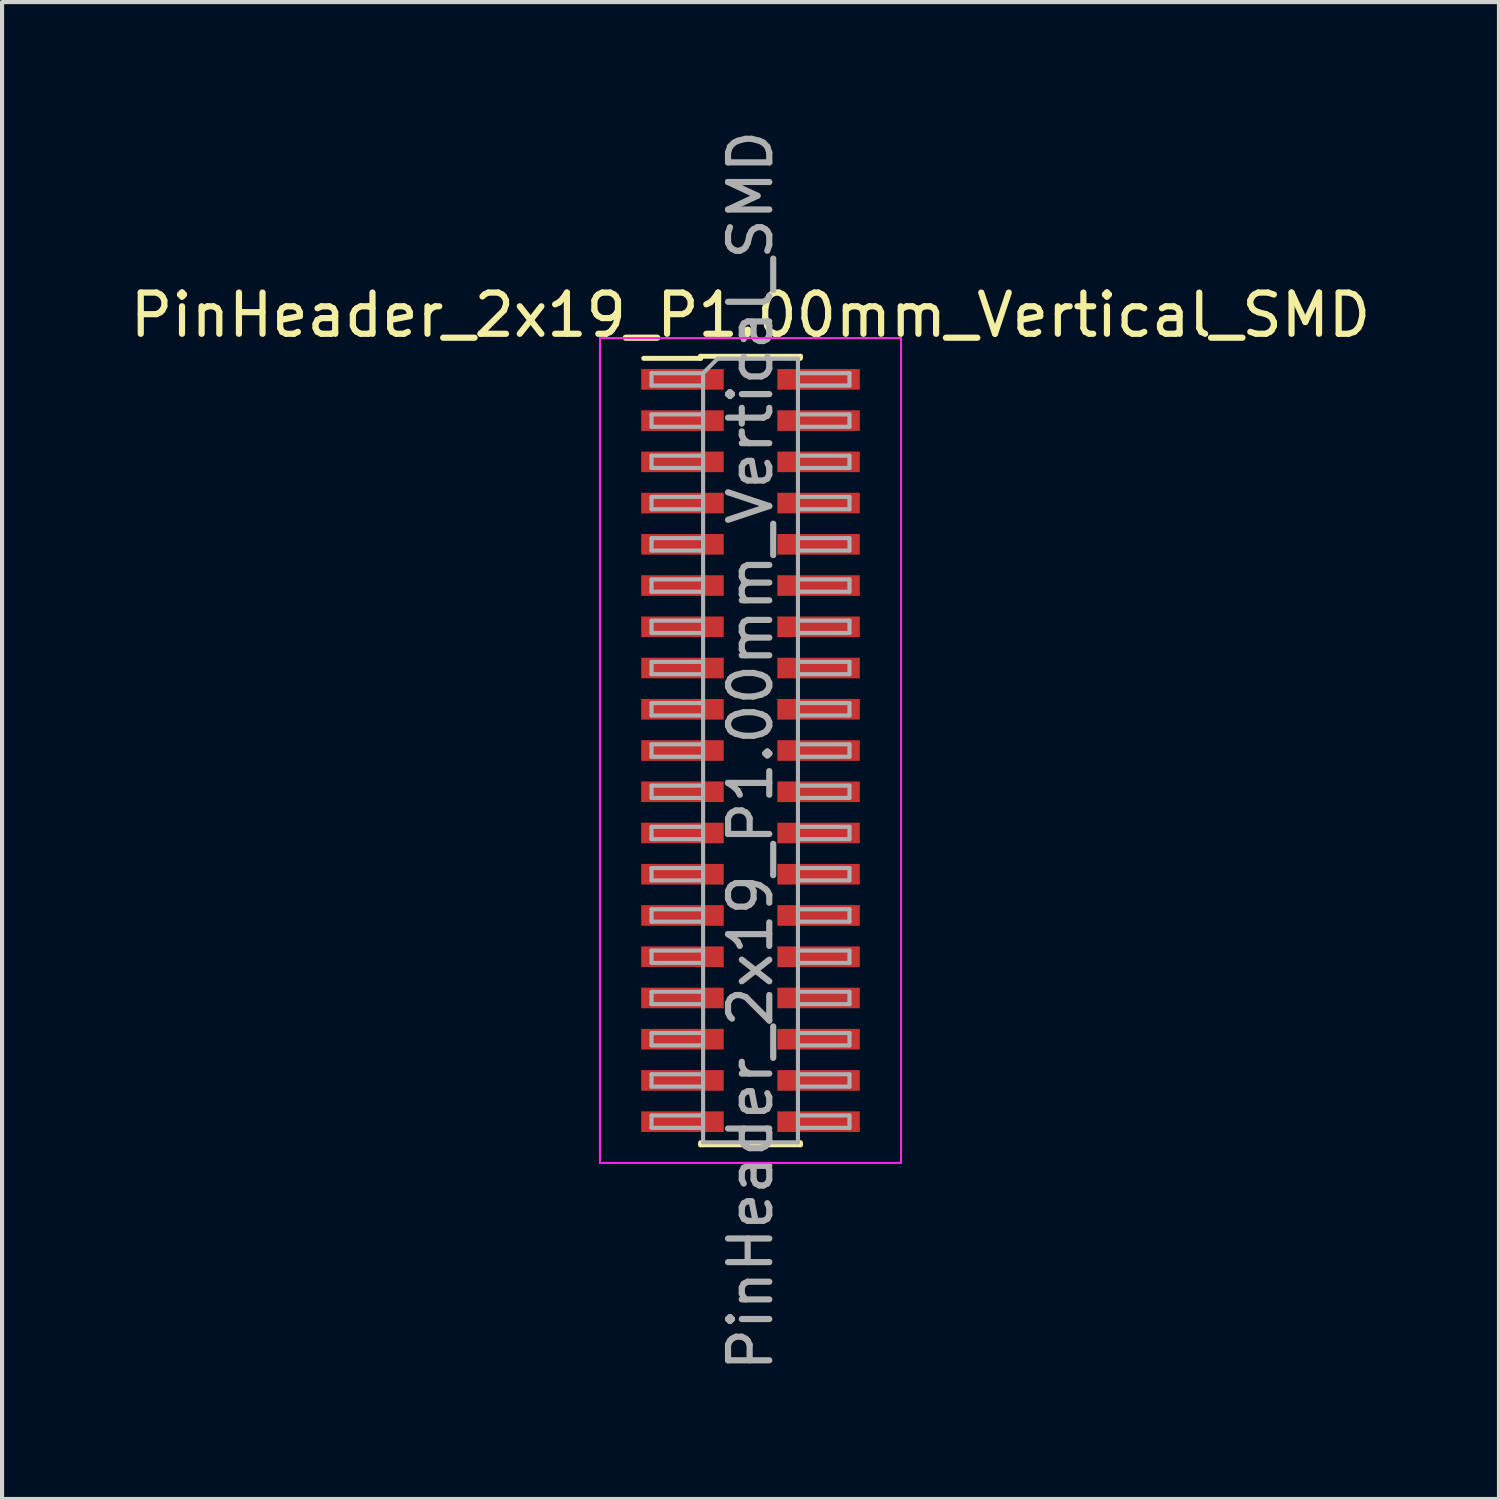
<source format=kicad_pcb>
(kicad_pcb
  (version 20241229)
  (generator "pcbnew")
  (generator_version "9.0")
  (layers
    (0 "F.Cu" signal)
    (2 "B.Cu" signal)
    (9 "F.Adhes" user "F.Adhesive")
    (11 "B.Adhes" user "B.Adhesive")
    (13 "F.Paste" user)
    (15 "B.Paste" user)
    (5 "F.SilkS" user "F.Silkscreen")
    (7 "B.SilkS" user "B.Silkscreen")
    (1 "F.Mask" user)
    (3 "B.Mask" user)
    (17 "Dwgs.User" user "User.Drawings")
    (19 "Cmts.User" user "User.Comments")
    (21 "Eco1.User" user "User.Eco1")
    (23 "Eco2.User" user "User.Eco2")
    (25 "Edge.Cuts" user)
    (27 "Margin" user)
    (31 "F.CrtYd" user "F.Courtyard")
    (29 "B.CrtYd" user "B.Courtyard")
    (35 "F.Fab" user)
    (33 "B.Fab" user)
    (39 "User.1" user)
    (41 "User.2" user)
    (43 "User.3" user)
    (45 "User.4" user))
  (footprint "PinHeader_2x19_P1.00mm_Vertical_SMD"
    (layer "F.Cu")
    (at 15.149 15.149)
    (property "Reference" "PinHeader_2x19_P1.00mm_Vertical_SMD" (at 0 -10.56 0) (layer "F.SilkS") (effects (font (size 1 1) (thickness 0.15))))
    (attr smd)
    (fp_line (start -2.59 -9.51) (end -1.21 -9.51) (stroke (width 0.12) (type solid)) (layer "F.SilkS"))
    (fp_line (start -1.21 -9.56) (end -1.21 -9.51) (stroke (width 0.12) (type solid)) (layer "F.SilkS"))
    (fp_line (start -1.21 -9.56) (end 1.21 -9.56) (stroke (width 0.12) (type solid)) (layer "F.SilkS"))
    (fp_line (start -1.21 9.51) (end -1.21 9.56) (stroke (width 0.12) (type solid)) (layer "F.SilkS"))
    (fp_line (start -1.21 9.56) (end 1.21 9.56) (stroke (width 0.12) (type solid)) (layer "F.SilkS"))
    (fp_line (start 1.21 -9.56) (end 1.21 -9.51) (stroke (width 0.12) (type solid)) (layer "F.SilkS"))
    (fp_line (start 1.21 9.51) (end 1.21 9.56) (stroke (width 0.12) (type solid)) (layer "F.SilkS"))
    (fp_line (start -3.65 -10) (end -3.65 10) (stroke (width 0.05) (type solid)) (layer "F.CrtYd"))
    (fp_line (start -3.65 10) (end 3.65 10) (stroke (width 0.05) (type solid)) (layer "F.CrtYd"))
    (fp_line (start 3.65 -10) (end -3.65 -10) (stroke (width 0.05) (type solid)) (layer "F.CrtYd"))
    (fp_line (start 3.65 10) (end 3.65 -10) (stroke (width 0.05) (type solid)) (layer "F.CrtYd"))
    (fp_line (start -2.4 -9.15) (end -2.4 -8.85) (stroke (width 0.1) (type solid)) (layer "F.Fab"))
    (fp_line (start -2.4 -8.85) (end -1.15 -8.85) (stroke (width 0.1) (type solid)) (layer "F.Fab"))
    (fp_line (start -2.4 -8.15) (end -2.4 -7.85) (stroke (width 0.1) (type solid)) (layer "F.Fab"))
    (fp_line (start -2.4 -7.85) (end -1.15 -7.85) (stroke (width 0.1) (type solid)) (layer "F.Fab"))
    (fp_line (start -2.4 -7.15) (end -2.4 -6.85) (stroke (width 0.1) (type solid)) (layer "F.Fab"))
    (fp_line (start -2.4 -6.85) (end -1.15 -6.85) (stroke (width 0.1) (type solid)) (layer "F.Fab"))
    (fp_line (start -2.4 -6.15) (end -2.4 -5.85) (stroke (width 0.1) (type solid)) (layer "F.Fab"))
    (fp_line (start -2.4 -5.85) (end -1.15 -5.85) (stroke (width 0.1) (type solid)) (layer "F.Fab"))
    (fp_line (start -2.4 -5.15) (end -2.4 -4.85) (stroke (width 0.1) (type solid)) (layer "F.Fab"))
    (fp_line (start -2.4 -4.85) (end -1.15 -4.85) (stroke (width 0.1) (type solid)) (layer "F.Fab"))
    (fp_line (start -2.4 -4.15) (end -2.4 -3.85) (stroke (width 0.1) (type solid)) (layer "F.Fab"))
    (fp_line (start -2.4 -3.85) (end -1.15 -3.85) (stroke (width 0.1) (type solid)) (layer "F.Fab"))
    (fp_line (start -2.4 -3.15) (end -2.4 -2.85) (stroke (width 0.1) (type solid)) (layer "F.Fab"))
    (fp_line (start -2.4 -2.85) (end -1.15 -2.85) (stroke (width 0.1) (type solid)) (layer "F.Fab"))
    (fp_line (start -2.4 -2.15) (end -2.4 -1.85) (stroke (width 0.1) (type solid)) (layer "F.Fab"))
    (fp_line (start -2.4 -1.85) (end -1.15 -1.85) (stroke (width 0.1) (type solid)) (layer "F.Fab"))
    (fp_line (start -2.4 -1.15) (end -2.4 -0.85) (stroke (width 0.1) (type solid)) (layer "F.Fab"))
    (fp_line (start -2.4 -0.85) (end -1.15 -0.85) (stroke (width 0.1) (type solid)) (layer "F.Fab"))
    (fp_line (start -2.4 -0.15) (end -2.4 0.15) (stroke (width 0.1) (type solid)) (layer "F.Fab"))
    (fp_line (start -2.4 0.15) (end -1.15 0.15) (stroke (width 0.1) (type solid)) (layer "F.Fab"))
    (fp_line (start -2.4 0.85) (end -2.4 1.15) (stroke (width 0.1) (type solid)) (layer "F.Fab"))
    (fp_line (start -2.4 1.15) (end -1.15 1.15) (stroke (width 0.1) (type solid)) (layer "F.Fab"))
    (fp_line (start -2.4 1.85) (end -2.4 2.15) (stroke (width 0.1) (type solid)) (layer "F.Fab"))
    (fp_line (start -2.4 2.15) (end -1.15 2.15) (stroke (width 0.1) (type solid)) (layer "F.Fab"))
    (fp_line (start -2.4 2.85) (end -2.4 3.15) (stroke (width 0.1) (type solid)) (layer "F.Fab"))
    (fp_line (start -2.4 3.15) (end -1.15 3.15) (stroke (width 0.1) (type solid)) (layer "F.Fab"))
    (fp_line (start -2.4 3.85) (end -2.4 4.15) (stroke (width 0.1) (type solid)) (layer "F.Fab"))
    (fp_line (start -2.4 4.15) (end -1.15 4.15) (stroke (width 0.1) (type solid)) (layer "F.Fab"))
    (fp_line (start -2.4 4.85) (end -2.4 5.15) (stroke (width 0.1) (type solid)) (layer "F.Fab"))
    (fp_line (start -2.4 5.15) (end -1.15 5.15) (stroke (width 0.1) (type solid)) (layer "F.Fab"))
    (fp_line (start -2.4 5.85) (end -2.4 6.15) (stroke (width 0.1) (type solid)) (layer "F.Fab"))
    (fp_line (start -2.4 6.15) (end -1.15 6.15) (stroke (width 0.1) (type solid)) (layer "F.Fab"))
    (fp_line (start -2.4 6.85) (end -2.4 7.15) (stroke (width 0.1) (type solid)) (layer "F.Fab"))
    (fp_line (start -2.4 7.15) (end -1.15 7.15) (stroke (width 0.1) (type solid)) (layer "F.Fab"))
    (fp_line (start -2.4 7.85) (end -2.4 8.15) (stroke (width 0.1) (type solid)) (layer "F.Fab"))
    (fp_line (start -2.4 8.15) (end -1.15 8.15) (stroke (width 0.1) (type solid)) (layer "F.Fab"))
    (fp_line (start -2.4 8.85) (end -2.4 9.15) (stroke (width 0.1) (type solid)) (layer "F.Fab"))
    (fp_line (start -2.4 9.15) (end -1.15 9.15) (stroke (width 0.1) (type solid)) (layer "F.Fab"))
    (fp_line (start -1.15 -9.15) (end -2.4 -9.15) (stroke (width 0.1) (type solid)) (layer "F.Fab"))
    (fp_line (start -1.15 -9.15) (end -0.8 -9.5) (stroke (width 0.1) (type solid)) (layer "F.Fab"))
    (fp_line (start -1.15 -8.15) (end -2.4 -8.15) (stroke (width 0.1) (type solid)) (layer "F.Fab"))
    (fp_line (start -1.15 -7.15) (end -2.4 -7.15) (stroke (width 0.1) (type solid)) (layer "F.Fab"))
    (fp_line (start -1.15 -6.15) (end -2.4 -6.15) (stroke (width 0.1) (type solid)) (layer "F.Fab"))
    (fp_line (start -1.15 -5.15) (end -2.4 -5.15) (stroke (width 0.1) (type solid)) (layer "F.Fab"))
    (fp_line (start -1.15 -4.15) (end -2.4 -4.15) (stroke (width 0.1) (type solid)) (layer "F.Fab"))
    (fp_line (start -1.15 -3.15) (end -2.4 -3.15) (stroke (width 0.1) (type solid)) (layer "F.Fab"))
    (fp_line (start -1.15 -2.15) (end -2.4 -2.15) (stroke (width 0.1) (type solid)) (layer "F.Fab"))
    (fp_line (start -1.15 -1.15) (end -2.4 -1.15) (stroke (width 0.1) (type solid)) (layer "F.Fab"))
    (fp_line (start -1.15 -0.15) (end -2.4 -0.15) (stroke (width 0.1) (type solid)) (layer "F.Fab"))
    (fp_line (start -1.15 0.85) (end -2.4 0.85) (stroke (width 0.1) (type solid)) (layer "F.Fab"))
    (fp_line (start -1.15 1.85) (end -2.4 1.85) (stroke (width 0.1) (type solid)) (layer "F.Fab"))
    (fp_line (start -1.15 2.85) (end -2.4 2.85) (stroke (width 0.1) (type solid)) (layer "F.Fab"))
    (fp_line (start -1.15 3.85) (end -2.4 3.85) (stroke (width 0.1) (type solid)) (layer "F.Fab"))
    (fp_line (start -1.15 4.85) (end -2.4 4.85) (stroke (width 0.1) (type solid)) (layer "F.Fab"))
    (fp_line (start -1.15 5.85) (end -2.4 5.85) (stroke (width 0.1) (type solid)) (layer "F.Fab"))
    (fp_line (start -1.15 6.85) (end -2.4 6.85) (stroke (width 0.1) (type solid)) (layer "F.Fab"))
    (fp_line (start -1.15 7.85) (end -2.4 7.85) (stroke (width 0.1) (type solid)) (layer "F.Fab"))
    (fp_line (start -1.15 8.85) (end -2.4 8.85) (stroke (width 0.1) (type solid)) (layer "F.Fab"))
    (fp_line (start -1.15 9.5) (end -1.15 -9.15) (stroke (width 0.1) (type solid)) (layer "F.Fab"))
    (fp_line (start -0.8 -9.5) (end 1.15 -9.5) (stroke (width 0.1) (type solid)) (layer "F.Fab"))
    (fp_line (start 1.15 -9.5) (end 1.15 9.5) (stroke (width 0.1) (type solid)) (layer "F.Fab"))
    (fp_line (start 1.15 -9.15) (end 2.4 -9.15) (stroke (width 0.1) (type solid)) (layer "F.Fab"))
    (fp_line (start 1.15 -8.15) (end 2.4 -8.15) (stroke (width 0.1) (type solid)) (layer "F.Fab"))
    (fp_line (start 1.15 -7.15) (end 2.4 -7.15) (stroke (width 0.1) (type solid)) (layer "F.Fab"))
    (fp_line (start 1.15 -6.15) (end 2.4 -6.15) (stroke (width 0.1) (type solid)) (layer "F.Fab"))
    (fp_line (start 1.15 -5.15) (end 2.4 -5.15) (stroke (width 0.1) (type solid)) (layer "F.Fab"))
    (fp_line (start 1.15 -4.15) (end 2.4 -4.15) (stroke (width 0.1) (type solid)) (layer "F.Fab"))
    (fp_line (start 1.15 -3.15) (end 2.4 -3.15) (stroke (width 0.1) (type solid)) (layer "F.Fab"))
    (fp_line (start 1.15 -2.15) (end 2.4 -2.15) (stroke (width 0.1) (type solid)) (layer "F.Fab"))
    (fp_line (start 1.15 -1.15) (end 2.4 -1.15) (stroke (width 0.1) (type solid)) (layer "F.Fab"))
    (fp_line (start 1.15 -0.15) (end 2.4 -0.15) (stroke (width 0.1) (type solid)) (layer "F.Fab"))
    (fp_line (start 1.15 0.85) (end 2.4 0.85) (stroke (width 0.1) (type solid)) (layer "F.Fab"))
    (fp_line (start 1.15 1.85) (end 2.4 1.85) (stroke (width 0.1) (type solid)) (layer "F.Fab"))
    (fp_line (start 1.15 2.85) (end 2.4 2.85) (stroke (width 0.1) (type solid)) (layer "F.Fab"))
    (fp_line (start 1.15 3.85) (end 2.4 3.85) (stroke (width 0.1) (type solid)) (layer "F.Fab"))
    (fp_line (start 1.15 4.85) (end 2.4 4.85) (stroke (width 0.1) (type solid)) (layer "F.Fab"))
    (fp_line (start 1.15 5.85) (end 2.4 5.85) (stroke (width 0.1) (type solid)) (layer "F.Fab"))
    (fp_line (start 1.15 6.85) (end 2.4 6.85) (stroke (width 0.1) (type solid)) (layer "F.Fab"))
    (fp_line (start 1.15 7.85) (end 2.4 7.85) (stroke (width 0.1) (type solid)) (layer "F.Fab"))
    (fp_line (start 1.15 8.85) (end 2.4 8.85) (stroke (width 0.1) (type solid)) (layer "F.Fab"))
    (fp_line (start 1.15 9.5) (end -1.15 9.5) (stroke (width 0.1) (type solid)) (layer "F.Fab"))
    (fp_line (start 2.4 -9.15) (end 2.4 -8.85) (stroke (width 0.1) (type solid)) (layer "F.Fab"))
    (fp_line (start 2.4 -8.85) (end 1.15 -8.85) (stroke (width 0.1) (type solid)) (layer "F.Fab"))
    (fp_line (start 2.4 -8.15) (end 2.4 -7.85) (stroke (width 0.1) (type solid)) (layer "F.Fab"))
    (fp_line (start 2.4 -7.85) (end 1.15 -7.85) (stroke (width 0.1) (type solid)) (layer "F.Fab"))
    (fp_line (start 2.4 -7.15) (end 2.4 -6.85) (stroke (width 0.1) (type solid)) (layer "F.Fab"))
    (fp_line (start 2.4 -6.85) (end 1.15 -6.85) (stroke (width 0.1) (type solid)) (layer "F.Fab"))
    (fp_line (start 2.4 -6.15) (end 2.4 -5.85) (stroke (width 0.1) (type solid)) (layer "F.Fab"))
    (fp_line (start 2.4 -5.85) (end 1.15 -5.85) (stroke (width 0.1) (type solid)) (layer "F.Fab"))
    (fp_line (start 2.4 -5.15) (end 2.4 -4.85) (stroke (width 0.1) (type solid)) (layer "F.Fab"))
    (fp_line (start 2.4 -4.85) (end 1.15 -4.85) (stroke (width 0.1) (type solid)) (layer "F.Fab"))
    (fp_line (start 2.4 -4.15) (end 2.4 -3.85) (stroke (width 0.1) (type solid)) (layer "F.Fab"))
    (fp_line (start 2.4 -3.85) (end 1.15 -3.85) (stroke (width 0.1) (type solid)) (layer "F.Fab"))
    (fp_line (start 2.4 -3.15) (end 2.4 -2.85) (stroke (width 0.1) (type solid)) (layer "F.Fab"))
    (fp_line (start 2.4 -2.85) (end 1.15 -2.85) (stroke (width 0.1) (type solid)) (layer "F.Fab"))
    (fp_line (start 2.4 -2.15) (end 2.4 -1.85) (stroke (width 0.1) (type solid)) (layer "F.Fab"))
    (fp_line (start 2.4 -1.85) (end 1.15 -1.85) (stroke (width 0.1) (type solid)) (layer "F.Fab"))
    (fp_line (start 2.4 -1.15) (end 2.4 -0.85) (stroke (width 0.1) (type solid)) (layer "F.Fab"))
    (fp_line (start 2.4 -0.85) (end 1.15 -0.85) (stroke (width 0.1) (type solid)) (layer "F.Fab"))
    (fp_line (start 2.4 -0.15) (end 2.4 0.15) (stroke (width 0.1) (type solid)) (layer "F.Fab"))
    (fp_line (start 2.4 0.15) (end 1.15 0.15) (stroke (width 0.1) (type solid)) (layer "F.Fab"))
    (fp_line (start 2.4 0.85) (end 2.4 1.15) (stroke (width 0.1) (type solid)) (layer "F.Fab"))
    (fp_line (start 2.4 1.15) (end 1.15 1.15) (stroke (width 0.1) (type solid)) (layer "F.Fab"))
    (fp_line (start 2.4 1.85) (end 2.4 2.15) (stroke (width 0.1) (type solid)) (layer "F.Fab"))
    (fp_line (start 2.4 2.15) (end 1.15 2.15) (stroke (width 0.1) (type solid)) (layer "F.Fab"))
    (fp_line (start 2.4 2.85) (end 2.4 3.15) (stroke (width 0.1) (type solid)) (layer "F.Fab"))
    (fp_line (start 2.4 3.15) (end 1.15 3.15) (stroke (width 0.1) (type solid)) (layer "F.Fab"))
    (fp_line (start 2.4 3.85) (end 2.4 4.15) (stroke (width 0.1) (type solid)) (layer "F.Fab"))
    (fp_line (start 2.4 4.15) (end 1.15 4.15) (stroke (width 0.1) (type solid)) (layer "F.Fab"))
    (fp_line (start 2.4 4.85) (end 2.4 5.15) (stroke (width 0.1) (type solid)) (layer "F.Fab"))
    (fp_line (start 2.4 5.15) (end 1.15 5.15) (stroke (width 0.1) (type solid)) (layer "F.Fab"))
    (fp_line (start 2.4 5.85) (end 2.4 6.15) (stroke (width 0.1) (type solid)) (layer "F.Fab"))
    (fp_line (start 2.4 6.15) (end 1.15 6.15) (stroke (width 0.1) (type solid)) (layer "F.Fab"))
    (fp_line (start 2.4 6.85) (end 2.4 7.15) (stroke (width 0.1) (type solid)) (layer "F.Fab"))
    (fp_line (start 2.4 7.15) (end 1.15 7.15) (stroke (width 0.1) (type solid)) (layer "F.Fab"))
    (fp_line (start 2.4 7.85) (end 2.4 8.15) (stroke (width 0.1) (type solid)) (layer "F.Fab"))
    (fp_line (start 2.4 8.15) (end 1.15 8.15) (stroke (width 0.1) (type solid)) (layer "F.Fab"))
    (fp_line (start 2.4 8.85) (end 2.4 9.15) (stroke (width 0.1) (type solid)) (layer "F.Fab"))
    (fp_line (start 2.4 9.15) (end 1.15 9.15) (stroke (width 0.1) (type solid)) (layer "F.Fab"))
    (fp_text user "${REFERENCE}" (at 0 0 90) (layer "F.Fab") (effects (font (size 1 1) (thickness 0.15))))
    (pad "1" smd rect (at -1.65 -9) (size 2 0.5) (layers "F.Cu" "F.Mask" "F.Paste"))
    (pad "2" smd rect (at 1.65 -9) (size 2 0.5) (layers "F.Cu" "F.Mask" "F.Paste"))
    (pad "3" smd rect (at -1.65 -8) (size 2 0.5) (layers "F.Cu" "F.Mask" "F.Paste"))
    (pad "4" smd rect (at 1.65 -8) (size 2 0.5) (layers "F.Cu" "F.Mask" "F.Paste"))
    (pad "5" smd rect (at -1.65 -7) (size 2 0.5) (layers "F.Cu" "F.Mask" "F.Paste"))
    (pad "6" smd rect (at 1.65 -7) (size 2 0.5) (layers "F.Cu" "F.Mask" "F.Paste"))
    (pad "7" smd rect (at -1.65 -6) (size 2 0.5) (layers "F.Cu" "F.Mask" "F.Paste"))
    (pad "8" smd rect (at 1.65 -6) (size 2 0.5) (layers "F.Cu" "F.Mask" "F.Paste"))
    (pad "9" smd rect (at -1.65 -5) (size 2 0.5) (layers "F.Cu" "F.Mask" "F.Paste"))
    (pad "10" smd rect (at 1.65 -5) (size 2 0.5) (layers "F.Cu" "F.Mask" "F.Paste"))
    (pad "11" smd rect (at -1.65 -4) (size 2 0.5) (layers "F.Cu" "F.Mask" "F.Paste"))
    (pad "12" smd rect (at 1.65 -4) (size 2 0.5) (layers "F.Cu" "F.Mask" "F.Paste"))
    (pad "13" smd rect (at -1.65 -3) (size 2 0.5) (layers "F.Cu" "F.Mask" "F.Paste"))
    (pad "14" smd rect (at 1.65 -3) (size 2 0.5) (layers "F.Cu" "F.Mask" "F.Paste"))
    (pad "15" smd rect (at -1.65 -2) (size 2 0.5) (layers "F.Cu" "F.Mask" "F.Paste"))
    (pad "16" smd rect (at 1.65 -2) (size 2 0.5) (layers "F.Cu" "F.Mask" "F.Paste"))
    (pad "17" smd rect (at -1.65 -1) (size 2 0.5) (layers "F.Cu" "F.Mask" "F.Paste"))
    (pad "18" smd rect (at 1.65 -1) (size 2 0.5) (layers "F.Cu" "F.Mask" "F.Paste"))
    (pad "19" smd rect (at -1.65 0) (size 2 0.5) (layers "F.Cu" "F.Mask" "F.Paste"))
    (pad "20" smd rect (at 1.65 0) (size 2 0.5) (layers "F.Cu" "F.Mask" "F.Paste"))
    (pad "21" smd rect (at -1.65 1) (size 2 0.5) (layers "F.Cu" "F.Mask" "F.Paste"))
    (pad "22" smd rect (at 1.65 1) (size 2 0.5) (layers "F.Cu" "F.Mask" "F.Paste"))
    (pad "23" smd rect (at -1.65 2) (size 2 0.5) (layers "F.Cu" "F.Mask" "F.Paste"))
    (pad "24" smd rect (at 1.65 2) (size 2 0.5) (layers "F.Cu" "F.Mask" "F.Paste"))
    (pad "25" smd rect (at -1.65 3) (size 2 0.5) (layers "F.Cu" "F.Mask" "F.Paste"))
    (pad "26" smd rect (at 1.65 3) (size 2 0.5) (layers "F.Cu" "F.Mask" "F.Paste"))
    (pad "27" smd rect (at -1.65 4) (size 2 0.5) (layers "F.Cu" "F.Mask" "F.Paste"))
    (pad "28" smd rect (at 1.65 4) (size 2 0.5) (layers "F.Cu" "F.Mask" "F.Paste"))
    (pad "29" smd rect (at -1.65 5) (size 2 0.5) (layers "F.Cu" "F.Mask" "F.Paste"))
    (pad "30" smd rect (at 1.65 5) (size 2 0.5) (layers "F.Cu" "F.Mask" "F.Paste"))
    (pad "31" smd rect (at -1.65 6) (size 2 0.5) (layers "F.Cu" "F.Mask" "F.Paste"))
    (pad "32" smd rect (at 1.65 6) (size 2 0.5) (layers "F.Cu" "F.Mask" "F.Paste"))
    (pad "33" smd rect (at -1.65 7) (size 2 0.5) (layers "F.Cu" "F.Mask" "F.Paste"))
    (pad "34" smd rect (at 1.65 7) (size 2 0.5) (layers "F.Cu" "F.Mask" "F.Paste"))
    (pad "35" smd rect (at -1.65 8) (size 2 0.5) (layers "F.Cu" "F.Mask" "F.Paste"))
    (pad "36" smd rect (at 1.65 8) (size 2 0.5) (layers "F.Cu" "F.Mask" "F.Paste"))
    (pad "37" smd rect (at -1.65 9) (size 2 0.5) (layers "F.Cu" "F.Mask" "F.Paste"))
    (pad "38" smd rect (at 1.65 9) (size 2 0.5) (layers "F.Cu" "F.Mask" "F.Paste")))
  (gr_rect
    (start -3 -3)
    (end 33.298 33.298)
    (stroke (width 0.1) (type default))
    (fill no)
    (layer "Edge.Cuts")))
</source>
